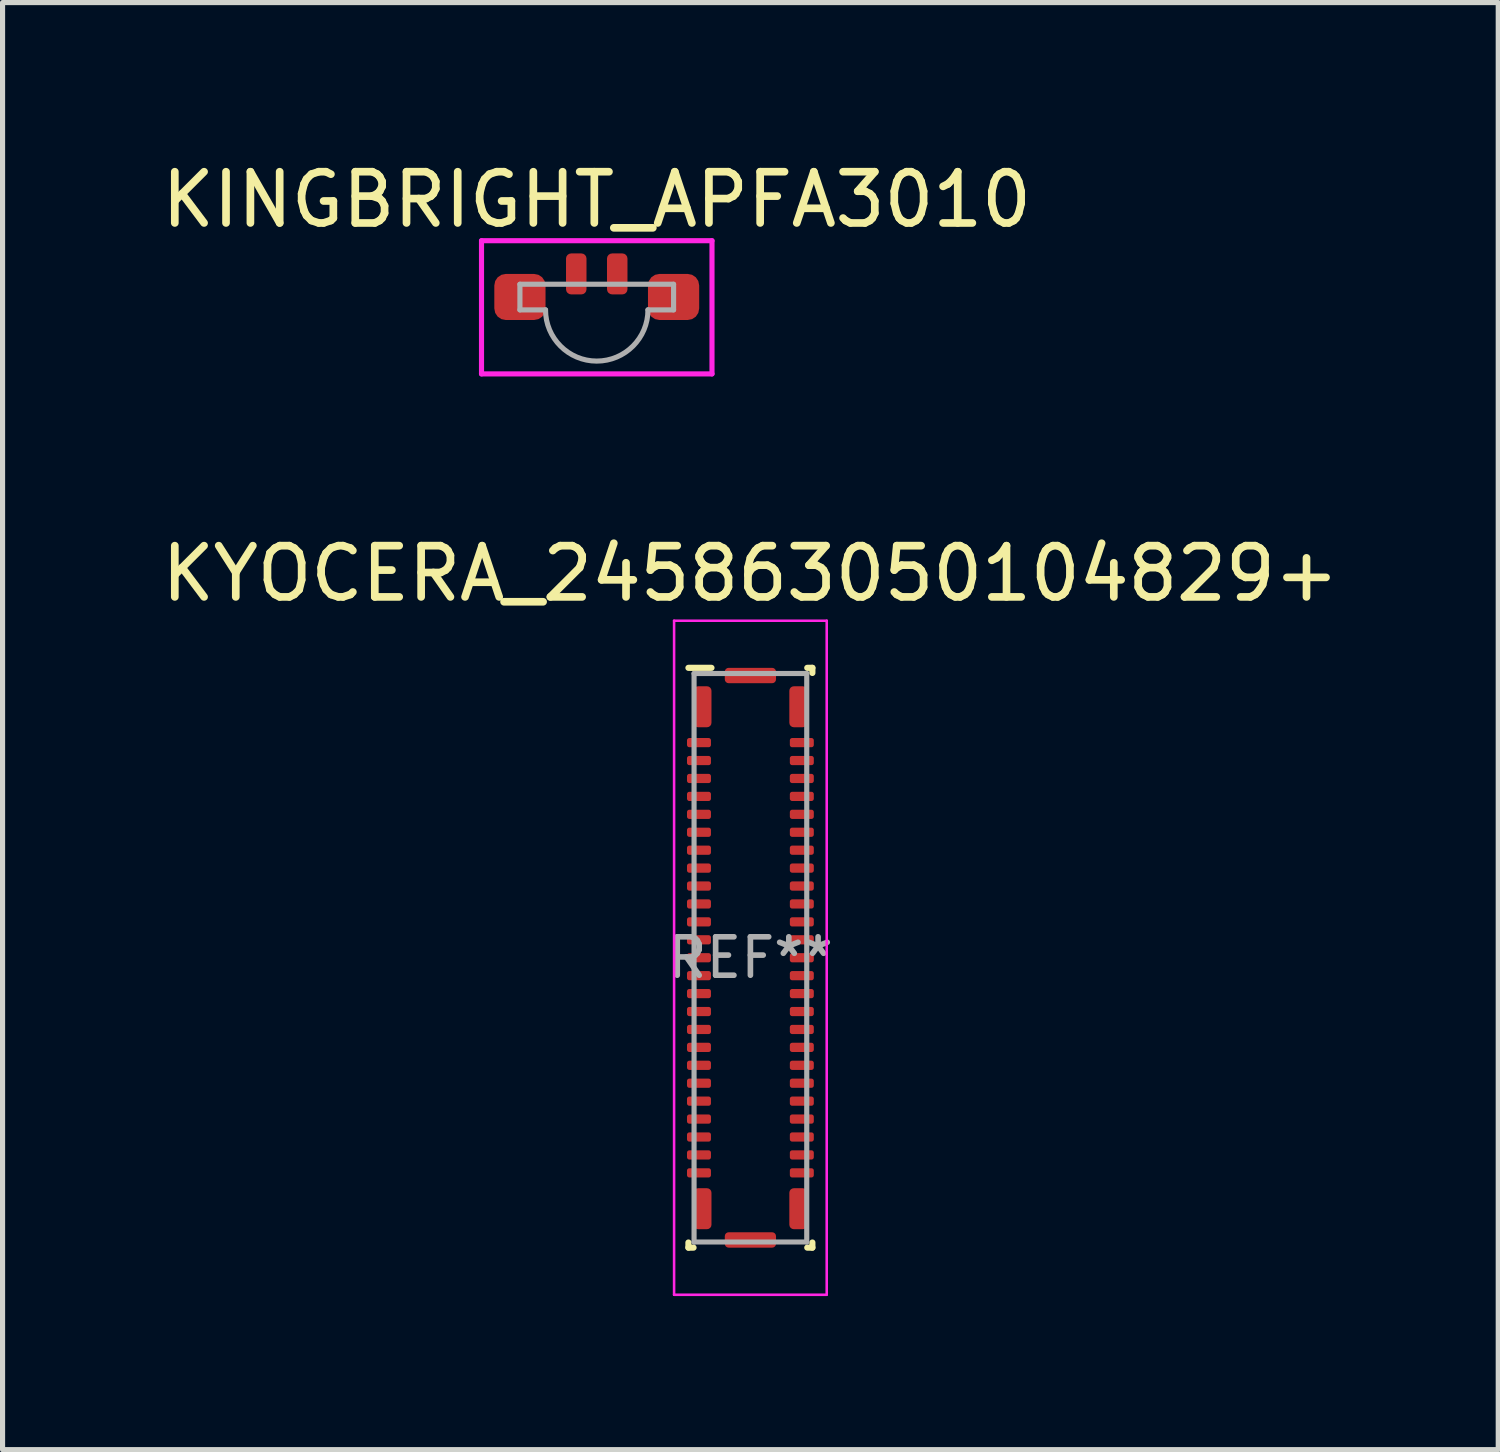
<source format=kicad_pcb>
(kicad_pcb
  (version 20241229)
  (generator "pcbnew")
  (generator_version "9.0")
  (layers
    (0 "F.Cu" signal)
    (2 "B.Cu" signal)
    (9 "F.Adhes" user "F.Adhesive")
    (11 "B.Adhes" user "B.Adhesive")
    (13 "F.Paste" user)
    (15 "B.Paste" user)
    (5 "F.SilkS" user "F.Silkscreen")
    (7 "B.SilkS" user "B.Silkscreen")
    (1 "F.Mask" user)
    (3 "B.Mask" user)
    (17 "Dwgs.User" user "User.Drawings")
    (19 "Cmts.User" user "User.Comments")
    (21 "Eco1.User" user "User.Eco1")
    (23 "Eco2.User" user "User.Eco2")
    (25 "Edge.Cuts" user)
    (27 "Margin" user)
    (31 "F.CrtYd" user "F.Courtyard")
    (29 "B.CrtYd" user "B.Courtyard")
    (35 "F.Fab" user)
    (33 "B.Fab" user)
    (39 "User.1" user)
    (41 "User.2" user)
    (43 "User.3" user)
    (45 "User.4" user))
  (footprint "KINGBRIGHT_APFA3010"
    (layer "F.Cu")
    (at 8.601 2.748)
    (property "Reference" "KINGBRIGHT_APFA3010" (at 0 -1.9 0) (layer "F.SilkS") (effects (font (size 1 1) (thickness 0.15))))
    (attr smd)
    (fp_line (start -2.25 -1.098) (end 2.25 -1.098) (stroke (width 0.1) (type solid)) (layer "F.CrtYd"))
    (fp_line (start -2.25 1.502) (end -2.25 -1.098) (stroke (width 0.1) (type solid)) (layer "F.CrtYd"))
    (fp_line (start 2.25 -1.098) (end 2.25 1.502) (stroke (width 0.1) (type solid)) (layer "F.CrtYd"))
    (fp_line (start 2.25 1.502) (end -2.25 1.502) (stroke (width 0.1) (type solid)) (layer "F.CrtYd"))
    (fp_line (start -1.5 -0.248) (end 1.5 -0.248) (stroke (width 0.1) (type solid)) (layer "F.Fab"))
    (fp_line (start -1.5 0.252) (end -1.5 -0.248) (stroke (width 0.1) (type solid)) (layer "F.Fab"))
    (fp_line (start -1 0.252) (end -1.5 0.252) (stroke (width 0.1) (type solid)) (layer "F.Fab"))
    (fp_line (start 1.5 -0.248) (end 1.5 0.252) (stroke (width 0.1) (type solid)) (layer "F.Fab"))
    (fp_line (start 1.5 0.252) (end 1 0.252) (stroke (width 0.1) (type solid)) (layer "F.Fab"))
    (fp_arc (start 1 0.252) (mid 0 1.252) (end -1 0.252) (stroke (width 0.1) (type solid)) (layer "F.Fab"))
    (pad "1" smd roundrect (at 1.5 0) (size 1 0.9) (layers "F.Cu" "F.Mask" "F.Paste") (roundrect_rratio 0.25))
    (pad "2" smd roundrect (at -1.5 0) (size 1 0.9) (layers "F.Cu" "F.Mask" "F.Paste") (roundrect_rratio 0.25))
    (pad "3" smd roundrect (at -0.4 -0.45) (size 0.4 0.8) (layers "F.Cu" "F.Mask" "F.Paste") (roundrect_rratio 0.25))
    (pad "4" smd roundrect (at 0.4 -0.45) (size 0.4 0.8) (layers "F.Cu" "F.Mask" "F.Paste") (roundrect_rratio 0.25)))
  (footprint "KYOCERA_245863050104829+"
    (layer "F.Cu")
    (at 11.601 15.649)
    (property "Reference" "KYOCERA_245863050104829+" (at 0 -7.5 0) (layer "F.SilkS") (effects (font (size 1 1) (thickness 0.15))))
    (attr smd)
    (fp_line (start -1.21 -5.66) (end -0.76 -5.66) (stroke (width 0.12) (type solid)) (layer "F.SilkS"))
    (fp_line (start -1.21 5.56) (end -1.21 5.66) (stroke (width 0.12) (type solid)) (layer "F.SilkS"))
    (fp_line (start -1.11 5.66) (end -1.21 5.66) (stroke (width 0.12) (type solid)) (layer "F.SilkS"))
    (fp_line (start 1.11 -5.66) (end 1.21 -5.66) (stroke (width 0.12) (type solid)) (layer "F.SilkS"))
    (fp_line (start 1.11 5.66) (end 1.21 5.66) (stroke (width 0.12) (type solid)) (layer "F.SilkS"))
    (fp_line (start 1.21 -5.56) (end 1.21 -5.66) (stroke (width 0.12) (type solid)) (layer "F.SilkS"))
    (fp_line (start 1.21 5.56) (end 1.21 5.66) (stroke (width 0.12) (type solid)) (layer "F.SilkS"))
    (fp_line (start -1.49 -6.58) (end 1.49 -6.58) (stroke (width 0.05) (type solid)) (layer "F.CrtYd"))
    (fp_line (start -1.49 6.58) (end -1.49 -6.58) (stroke (width 0.05) (type solid)) (layer "F.CrtYd"))
    (fp_line (start 1.49 -6.58) (end 1.49 6.58) (stroke (width 0.05) (type solid)) (layer "F.CrtYd"))
    (fp_line (start 1.49 6.58) (end -1.49 6.58) (stroke (width 0.05) (type solid)) (layer "F.CrtYd"))
    (fp_line (start -1.1 -5.55) (end 1.1 -5.55) (stroke (width 0.1) (type solid)) (layer "F.Fab"))
    (fp_line (start -1.1 5.55) (end -1.1 -5.55) (stroke (width 0.1) (type solid)) (layer "F.Fab"))
    (fp_line (start 1.1 -5.55) (end 1.1 5.55) (stroke (width 0.1) (type solid)) (layer "F.Fab"))
    (fp_line (start 1.1 5.55) (end -1.1 5.55) (stroke (width 0.1) (type solid)) (layer "F.Fab"))
    (fp_text user "REF**" (at 0 0 0) (layer "F.Fab") (effects (font (size 0.75 0.75) (thickness 0.11))))
    (pad "1" smd roundrect (at -1.004 -4.2 270) (size 0.18 0.468) (layers "F.Cu" "F.Mask" "F.Paste") (roundrect_rratio 0.25))
    (pad "2" smd roundrect (at 1.004 -4.2 270) (size 0.18 0.468) (layers "F.Cu" "F.Mask" "F.Paste") (roundrect_rratio 0.25))
    (pad "3" smd roundrect (at -1.004 -3.85 270) (size 0.18 0.468) (layers "F.Cu" "F.Mask" "F.Paste") (roundrect_rratio 0.25))
    (pad "4" smd roundrect (at 1.004 -3.85 270) (size 0.18 0.468) (layers "F.Cu" "F.Mask" "F.Paste") (roundrect_rratio 0.25))
    (pad "5" smd roundrect (at -1.004 -3.5 270) (size 0.18 0.468) (layers "F.Cu" "F.Mask" "F.Paste") (roundrect_rratio 0.25))
    (pad "6" smd roundrect (at 1.004 -3.5 270) (size 0.18 0.468) (layers "F.Cu" "F.Mask" "F.Paste") (roundrect_rratio 0.25))
    (pad "7" smd roundrect (at -1.004 -3.15 270) (size 0.18 0.468) (layers "F.Cu" "F.Mask" "F.Paste") (roundrect_rratio 0.25))
    (pad "8" smd roundrect (at 1.004 -3.15 270) (size 0.18 0.468) (layers "F.Cu" "F.Mask" "F.Paste") (roundrect_rratio 0.25))
    (pad "9" smd roundrect (at -1.004 -2.8 270) (size 0.18 0.468) (layers "F.Cu" "F.Mask" "F.Paste") (roundrect_rratio 0.25))
    (pad "10" smd roundrect (at 1.004 -2.8 270) (size 0.18 0.468) (layers "F.Cu" "F.Mask" "F.Paste") (roundrect_rratio 0.25))
    (pad "11" smd roundrect (at -1.004 -2.45 270) (size 0.18 0.468) (layers "F.Cu" "F.Mask" "F.Paste") (roundrect_rratio 0.25))
    (pad "12" smd roundrect (at 1.004 -2.45 270) (size 0.18 0.468) (layers "F.Cu" "F.Mask" "F.Paste") (roundrect_rratio 0.25))
    (pad "13" smd roundrect (at -1.004 -2.1 270) (size 0.18 0.468) (layers "F.Cu" "F.Mask" "F.Paste") (roundrect_rratio 0.25))
    (pad "14" smd roundrect (at 1.004 -2.1 270) (size 0.18 0.468) (layers "F.Cu" "F.Mask" "F.Paste") (roundrect_rratio 0.25))
    (pad "15" smd roundrect (at -1.004 -1.75 270) (size 0.18 0.468) (layers "F.Cu" "F.Mask" "F.Paste") (roundrect_rratio 0.25))
    (pad "16" smd roundrect (at 1.004 -1.75 270) (size 0.18 0.468) (layers "F.Cu" "F.Mask" "F.Paste") (roundrect_rratio 0.25))
    (pad "17" smd roundrect (at -1.004 -1.4 270) (size 0.18 0.468) (layers "F.Cu" "F.Mask" "F.Paste") (roundrect_rratio 0.25))
    (pad "18" smd roundrect (at 1.004 -1.4 270) (size 0.18 0.468) (layers "F.Cu" "F.Mask" "F.Paste") (roundrect_rratio 0.25))
    (pad "19" smd roundrect (at -1.004 -1.05 270) (size 0.18 0.468) (layers "F.Cu" "F.Mask" "F.Paste") (roundrect_rratio 0.25))
    (pad "20" smd roundrect (at 1.004 -1.05 270) (size 0.18 0.468) (layers "F.Cu" "F.Mask" "F.Paste") (roundrect_rratio 0.25))
    (pad "21" smd roundrect (at -1.004 -0.7 270) (size 0.18 0.468) (layers "F.Cu" "F.Mask" "F.Paste") (roundrect_rratio 0.25))
    (pad "22" smd roundrect (at 1.004 -0.7 270) (size 0.18 0.468) (layers "F.Cu" "F.Mask" "F.Paste") (roundrect_rratio 0.25))
    (pad "23" smd roundrect (at -1.004 -0.35 270) (size 0.18 0.468) (layers "F.Cu" "F.Mask" "F.Paste") (roundrect_rratio 0.25))
    (pad "24" smd roundrect (at 1.004 -0.35 270) (size 0.18 0.468) (layers "F.Cu" "F.Mask" "F.Paste") (roundrect_rratio 0.25))
    (pad "25" smd roundrect (at -1.004 0 270) (size 0.18 0.468) (layers "F.Cu" "F.Mask" "F.Paste") (roundrect_rratio 0.25))
    (pad "26" smd roundrect (at 1.004 0 270) (size 0.18 0.468) (layers "F.Cu" "F.Mask" "F.Paste") (roundrect_rratio 0.25))
    (pad "27" smd roundrect (at -1.004 0.35 270) (size 0.18 0.468) (layers "F.Cu" "F.Mask" "F.Paste") (roundrect_rratio 0.25))
    (pad "28" smd roundrect (at 1.004 0.35 270) (size 0.18 0.468) (layers "F.Cu" "F.Mask" "F.Paste") (roundrect_rratio 0.25))
    (pad "29" smd roundrect (at -1.004 0.7 270) (size 0.18 0.468) (layers "F.Cu" "F.Mask" "F.Paste") (roundrect_rratio 0.25))
    (pad "30" smd roundrect (at 1.004 0.7 270) (size 0.18 0.468) (layers "F.Cu" "F.Mask" "F.Paste") (roundrect_rratio 0.25))
    (pad "31" smd roundrect (at -1.004 1.05 270) (size 0.18 0.468) (layers "F.Cu" "F.Mask" "F.Paste") (roundrect_rratio 0.25))
    (pad "32" smd roundrect (at 1.004 1.05 270) (size 0.18 0.468) (layers "F.Cu" "F.Mask" "F.Paste") (roundrect_rratio 0.25))
    (pad "33" smd roundrect (at -1.004 1.4 270) (size 0.18 0.468) (layers "F.Cu" "F.Mask" "F.Paste") (roundrect_rratio 0.25))
    (pad "34" smd roundrect (at 1.004 1.4 270) (size 0.18 0.468) (layers "F.Cu" "F.Mask" "F.Paste") (roundrect_rratio 0.25))
    (pad "35" smd roundrect (at -1.004 1.75 270) (size 0.18 0.468) (layers "F.Cu" "F.Mask" "F.Paste") (roundrect_rratio 0.25))
    (pad "36" smd roundrect (at 1.004 1.75 270) (size 0.18 0.468) (layers "F.Cu" "F.Mask" "F.Paste") (roundrect_rratio 0.25))
    (pad "37" smd roundrect (at -1.004 2.1 270) (size 0.18 0.468) (layers "F.Cu" "F.Mask" "F.Paste") (roundrect_rratio 0.25))
    (pad "38" smd roundrect (at 1.004 2.1 270) (size 0.18 0.468) (layers "F.Cu" "F.Mask" "F.Paste") (roundrect_rratio 0.25))
    (pad "39" smd roundrect (at -1.004 2.45 270) (size 0.18 0.468) (layers "F.Cu" "F.Mask" "F.Paste") (roundrect_rratio 0.25))
    (pad "40" smd roundrect (at 1.004 2.45 270) (size 0.18 0.468) (layers "F.Cu" "F.Mask" "F.Paste") (roundrect_rratio 0.25))
    (pad "41" smd roundrect (at -1.004 2.8 270) (size 0.18 0.468) (layers "F.Cu" "F.Mask" "F.Paste") (roundrect_rratio 0.25))
    (pad "42" smd roundrect (at 1.004 2.8 270) (size 0.18 0.468) (layers "F.Cu" "F.Mask" "F.Paste") (roundrect_rratio 0.25))
    (pad "43" smd roundrect (at -1.004 3.15 270) (size 0.18 0.468) (layers "F.Cu" "F.Mask" "F.Paste") (roundrect_rratio 0.25))
    (pad "44" smd roundrect (at 1.004 3.15 270) (size 0.18 0.468) (layers "F.Cu" "F.Mask" "F.Paste") (roundrect_rratio 0.25))
    (pad "45" smd roundrect (at -1.004 3.5 270) (size 0.18 0.468) (layers "F.Cu" "F.Mask" "F.Paste") (roundrect_rratio 0.25))
    (pad "46" smd roundrect (at 1.004 3.5 270) (size 0.18 0.468) (layers "F.Cu" "F.Mask" "F.Paste") (roundrect_rratio 0.25))
    (pad "47" smd roundrect (at -1.004 3.85 270) (size 0.18 0.468) (layers "F.Cu" "F.Mask" "F.Paste") (roundrect_rratio 0.25))
    (pad "48" smd roundrect (at 1.004 3.85 270) (size 0.18 0.468) (layers "F.Cu" "F.Mask" "F.Paste") (roundrect_rratio 0.25))
    (pad "49" smd roundrect (at -1.004 4.2 270) (size 0.18 0.468) (layers "F.Cu" "F.Mask" "F.Paste") (roundrect_rratio 0.25))
    (pad "50" smd roundrect (at 1.004 4.2 270) (size 0.18 0.468) (layers "F.Cu" "F.Mask" "F.Paste") (roundrect_rratio 0.25))
    (pad "MP" smd roundrect (at -0.935 -4.9 270) (size 0.8 0.35) (layers "F.Cu" "F.Mask" "F.Paste") (roundrect_rratio 0.25))
    (pad "MP" smd roundrect (at -0.935 4.9 270) (size 0.8 0.35) (layers "F.Cu" "F.Mask" "F.Paste") (roundrect_rratio 0.25))
    (pad "MP" smd roundrect (at 0 -5.51 270) (size 0.3 1) (layers "F.Cu" "F.Mask" "F.Paste") (roundrect_rratio 0.25))
    (pad "MP" smd roundrect (at 0 5.51 270) (size 0.3 1) (layers "F.Cu" "F.Mask" "F.Paste") (roundrect_rratio 0.25))
    (pad "MP" smd roundrect (at 0.935 -4.9 270) (size 0.8 0.35) (layers "F.Cu" "F.Mask" "F.Paste") (roundrect_rratio 0.25))
    (pad "MP" smd roundrect (at 0.935 4.9 270) (size 0.8 0.35) (layers "F.Cu" "F.Mask" "F.Paste") (roundrect_rratio 0.25)))
  (gr_rect
    (start -3 -3)
    (end 26.202 25.253)
    (stroke (width 0.1) (type default))
    (fill no)
    (layer "Edge.Cuts")))
</source>
